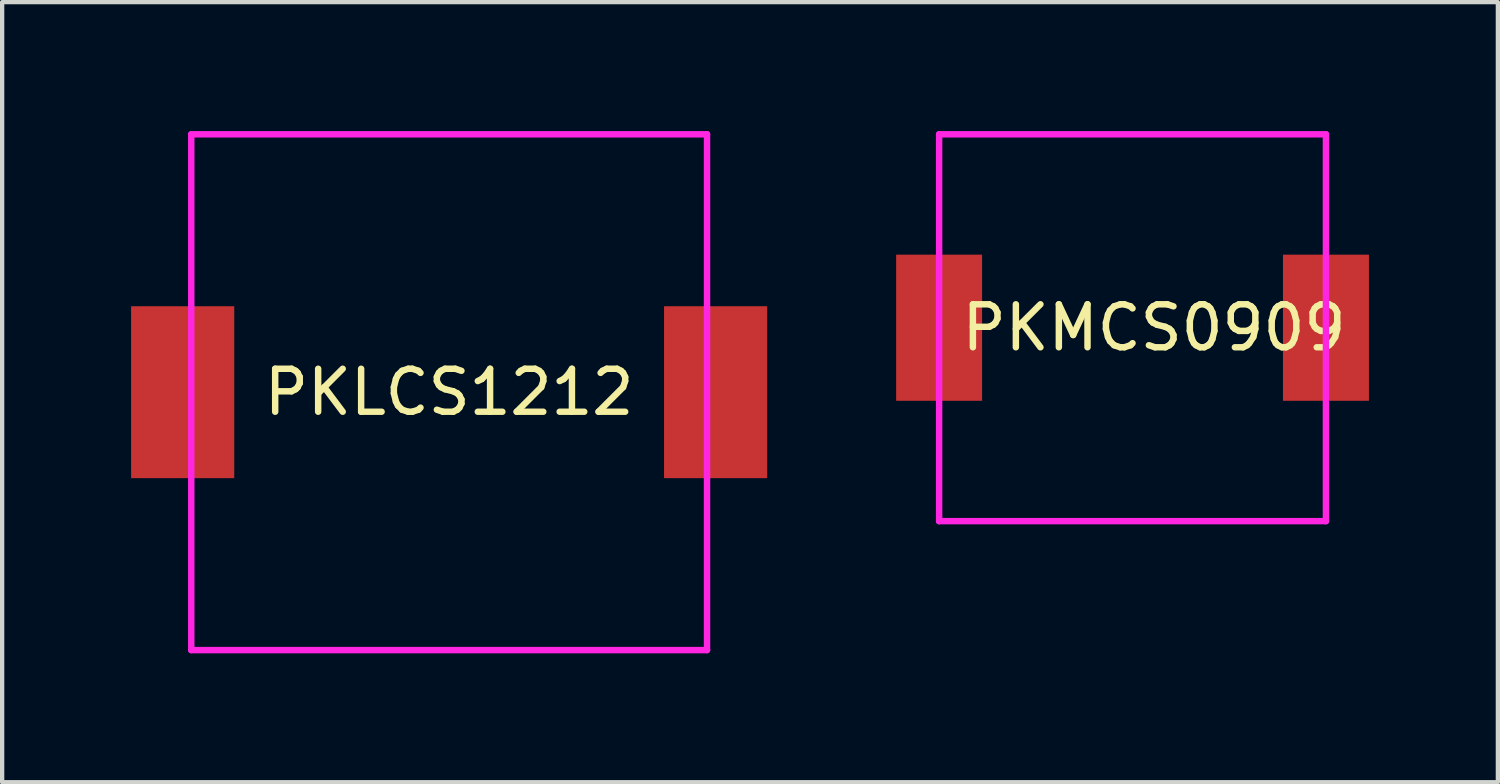
<source format=kicad_pcb>
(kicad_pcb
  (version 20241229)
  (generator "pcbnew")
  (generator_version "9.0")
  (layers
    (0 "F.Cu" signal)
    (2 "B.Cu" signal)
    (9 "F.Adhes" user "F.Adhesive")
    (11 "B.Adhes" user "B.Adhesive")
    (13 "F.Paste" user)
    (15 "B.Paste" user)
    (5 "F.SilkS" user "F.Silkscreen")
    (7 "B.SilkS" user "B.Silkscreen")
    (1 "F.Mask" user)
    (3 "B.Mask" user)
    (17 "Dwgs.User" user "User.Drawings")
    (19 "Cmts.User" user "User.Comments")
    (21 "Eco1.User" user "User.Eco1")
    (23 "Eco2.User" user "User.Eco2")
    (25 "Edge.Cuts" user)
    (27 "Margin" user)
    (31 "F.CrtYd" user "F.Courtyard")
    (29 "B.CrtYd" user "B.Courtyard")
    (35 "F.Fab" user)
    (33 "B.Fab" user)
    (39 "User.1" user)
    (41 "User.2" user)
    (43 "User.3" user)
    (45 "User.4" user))
  (footprint "PKLCS1212"
    (layer "F.Cu")
    (at 7.4 6.075)
    (property "Reference" "PKLCS1212" (at 0 0 0) (layer "F.SilkS") (effects (font (size 1 1) (thickness 0.15))))
    (attr through_hole)
    (fp_line (start -6 -6) (end 6 -6) (stroke (width 0.15) (type solid)) (layer "F.CrtYd"))
    (fp_line (start -6 6) (end -6 -6) (stroke (width 0.15) (type solid)) (layer "F.CrtYd"))
    (fp_line (start 6 -6) (end 6 6) (stroke (width 0.15) (type solid)) (layer "F.CrtYd"))
    (fp_line (start 6 6) (end -6 6) (stroke (width 0.15) (type solid)) (layer "F.CrtYd"))
    (pad "1" smd rect (at -6.2 0) (size 2.4 4) (layers "F.Cu" "F.Mask" "F.Paste"))
    (pad "2" smd rect (at 6.2 0) (size 2.4 4) (layers "F.Cu" "F.Mask" "F.Paste")))
  (footprint "PKMCS0909"
    (layer "F.Cu")
    (at 23.3 4.575)
    (property "Reference" "PKMCS0909" (at 0.5 0 0) (layer "F.SilkS") (effects (font (size 1 1) (thickness 0.15))))
    (attr through_hole)
    (fp_line (start -4.5 -4.5) (end 4.5 -4.5) (stroke (width 0.15) (type solid)) (layer "F.CrtYd"))
    (fp_line (start -4.5 4.5) (end -4.5 -4.5) (stroke (width 0.15) (type solid)) (layer "F.CrtYd"))
    (fp_line (start 4.5 -4.5) (end 4.5 4.5) (stroke (width 0.15) (type solid)) (layer "F.CrtYd"))
    (fp_line (start 4.5 4.5) (end -4.5 4.5) (stroke (width 0.15) (type solid)) (layer "F.CrtYd"))
    (pad "1" smd rect (at -4.5 0) (size 2 3.4) (layers "F.Cu" "F.Mask" "F.Paste"))
    (pad "2" smd rect (at 4.5 0) (size 2 3.4) (layers "F.Cu" "F.Mask" "F.Paste")))
  (gr_rect
    (start -3 -3)
    (end 31.8 15.15)
    (stroke (width 0.1) (type default))
    (fill no)
    (layer "Edge.Cuts")))
</source>
